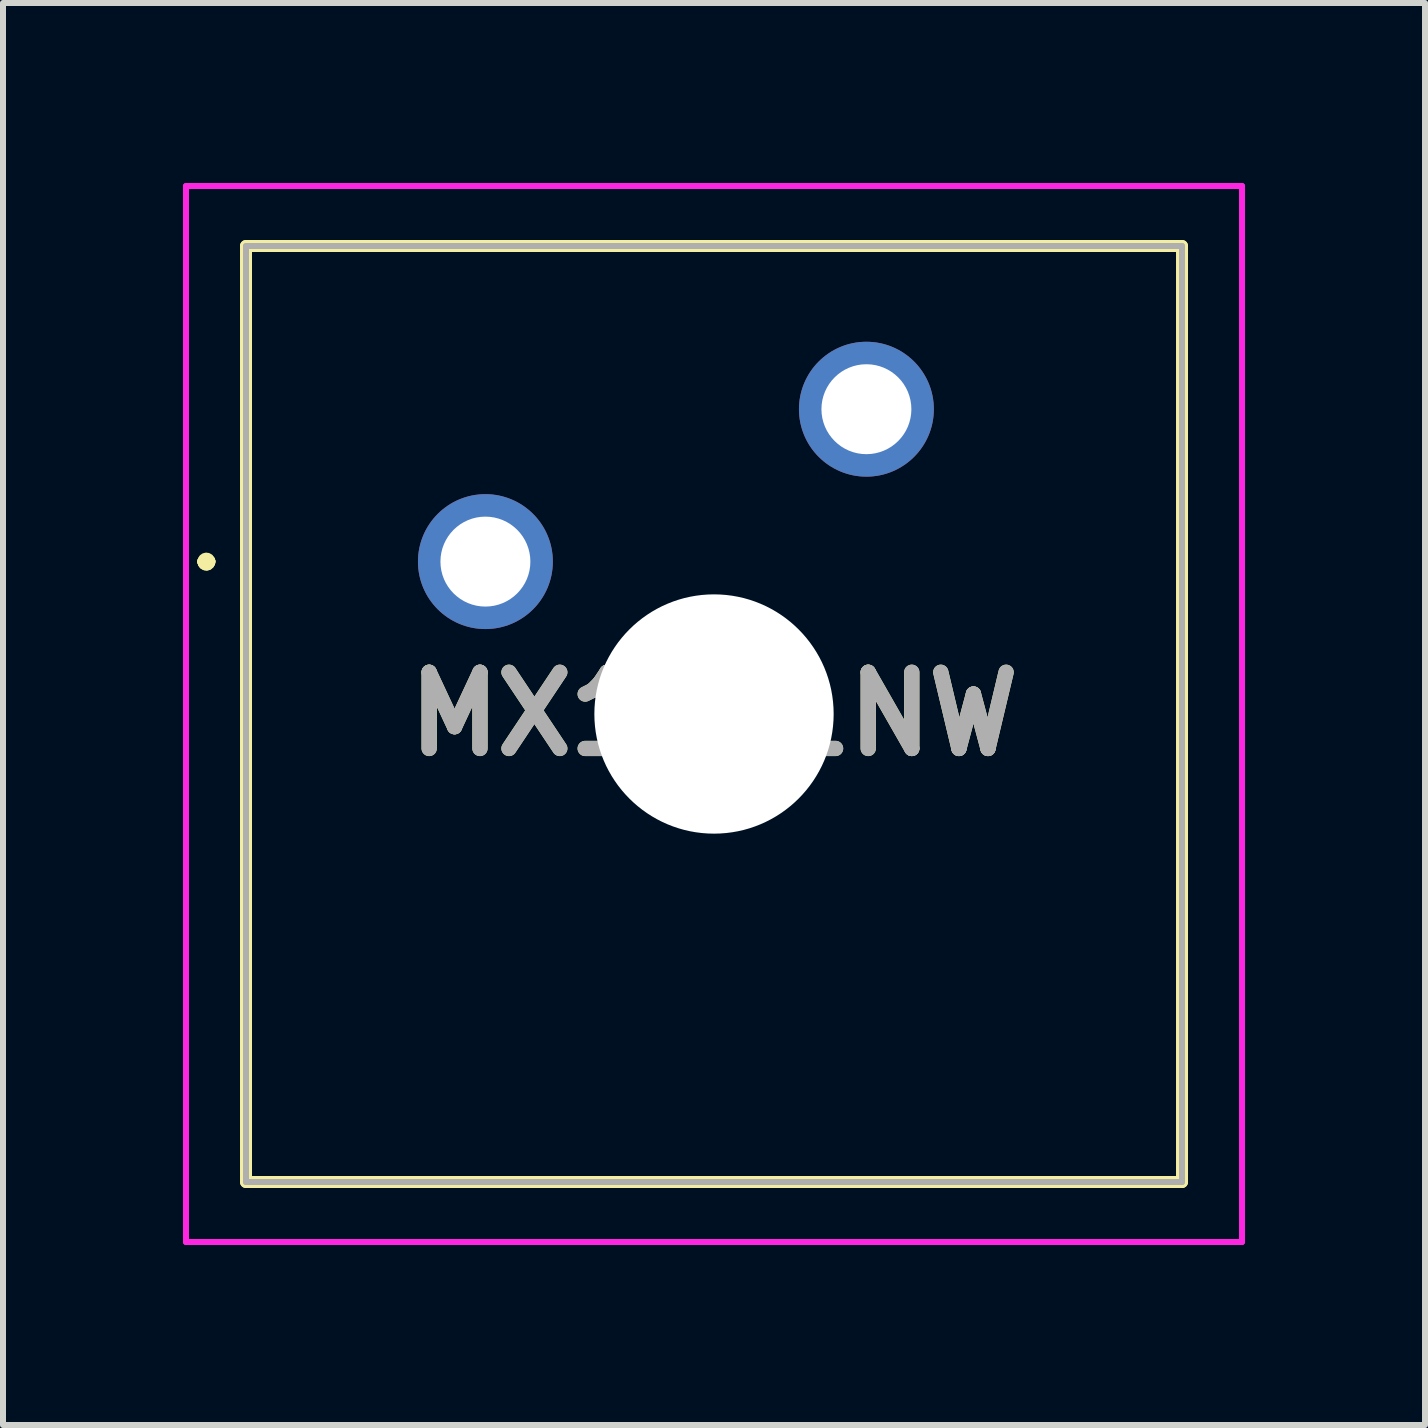
<source format=kicad_pcb>
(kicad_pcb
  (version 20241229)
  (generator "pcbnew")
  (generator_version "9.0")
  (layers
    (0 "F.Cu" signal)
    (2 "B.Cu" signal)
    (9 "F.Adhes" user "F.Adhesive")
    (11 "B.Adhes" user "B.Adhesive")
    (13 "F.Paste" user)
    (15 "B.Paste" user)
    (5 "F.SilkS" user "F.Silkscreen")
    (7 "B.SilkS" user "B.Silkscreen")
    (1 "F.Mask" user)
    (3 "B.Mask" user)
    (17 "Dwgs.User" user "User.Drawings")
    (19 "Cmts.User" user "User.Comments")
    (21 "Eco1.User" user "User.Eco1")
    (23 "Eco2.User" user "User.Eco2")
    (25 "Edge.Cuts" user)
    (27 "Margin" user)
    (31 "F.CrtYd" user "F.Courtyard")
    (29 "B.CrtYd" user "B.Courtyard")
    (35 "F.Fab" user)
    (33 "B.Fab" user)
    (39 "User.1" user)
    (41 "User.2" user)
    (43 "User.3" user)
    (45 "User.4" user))
  (footprint "MX1AE1NW"
    (layer "F.Cu")
    (at 5.04 6.31)
    (property "Reference" "MX1AE1NW" (at 3.81 2.54 0) (layer "F.SilkS") (effects (font (size 1.27 1.27) (thickness 0.254))))
    (attr through_hole)
    (fp_line (start -4.7 0) (end -4.7 0) (stroke (width 0.2) (type solid)) (layer "F.SilkS"))
    (fp_line (start -4.7 0) (end -4.7 0) (stroke (width 0.2) (type solid)) (layer "F.SilkS"))
    (fp_line (start -4.6 0) (end -4.6 0) (stroke (width 0.2) (type solid)) (layer "F.SilkS"))
    (fp_line (start -3.99 -5.26) (end -3.99 10.34) (stroke (width 0.2) (type solid)) (layer "F.SilkS"))
    (fp_line (start -3.99 10.34) (end 11.61 10.34) (stroke (width 0.2) (type solid)) (layer "F.SilkS"))
    (fp_line (start 11.61 -5.26) (end -3.99 -5.26) (stroke (width 0.2) (type solid)) (layer "F.SilkS"))
    (fp_line (start 11.61 10.34) (end 11.61 -5.26) (stroke (width 0.2) (type solid)) (layer "F.SilkS"))
    (fp_arc (start -4.7 0) (mid -4.65 -0.05) (end -4.6 0) (stroke (width 0.2) (type solid)) (layer "F.SilkS"))
    (fp_arc (start -4.6 0) (mid -4.65 0.05) (end -4.7 0) (stroke (width 0.2) (type solid)) (layer "F.SilkS"))
    (fp_arc (start -4.6 0) (mid -4.65 0.05) (end -4.7 0) (stroke (width 0.2) (type solid)) (layer "F.SilkS"))
    (fp_line (start -4.99 -6.26) (end 12.61 -6.26) (stroke (width 0.1) (type solid)) (layer "F.CrtYd"))
    (fp_line (start -4.99 11.34) (end -4.99 -6.26) (stroke (width 0.1) (type solid)) (layer "F.CrtYd"))
    (fp_line (start 12.61 -6.26) (end 12.61 11.34) (stroke (width 0.1) (type solid)) (layer "F.CrtYd"))
    (fp_line (start 12.61 11.34) (end -4.99 11.34) (stroke (width 0.1) (type solid)) (layer "F.CrtYd"))
    (fp_line (start -3.99 -5.26) (end -3.99 10.34) (stroke (width 0.1) (type solid)) (layer "F.Fab"))
    (fp_line (start -3.99 10.34) (end 11.61 10.34) (stroke (width 0.1) (type solid)) (layer "F.Fab"))
    (fp_line (start 11.61 -5.26) (end -3.99 -5.26) (stroke (width 0.1) (type solid)) (layer "F.Fab"))
    (fp_line (start 11.61 10.34) (end 11.61 -5.26) (stroke (width 0.1) (type solid)) (layer "F.Fab"))
    (fp_text user "${REFERENCE}" (at 3.81 2.54 0) (layer "F.Fab") (effects (font (size 1.27 1.27) (thickness 0.254))))
    (pad "" np_thru_hole circle (at 3.81 2.54) (size 3.988 3.988) (drill 3.988) (layers "*.Cu" "*.Mask"))
    (pad "1" thru_hole circle (at 0 0) (size 2.248 2.248) (drill 1.499) (layers "*.Cu" "*.Mask"))
    (pad "2" thru_hole circle (at 6.35 -2.54) (size 2.248 2.248) (drill 1.499) (layers "*.Cu" "*.Mask")))
  (gr_rect
    (start -3 -3)
    (end 20.7 20.7)
    (stroke (width 0.1) (type default))
    (fill no)
    (layer "Edge.Cuts")))
</source>
